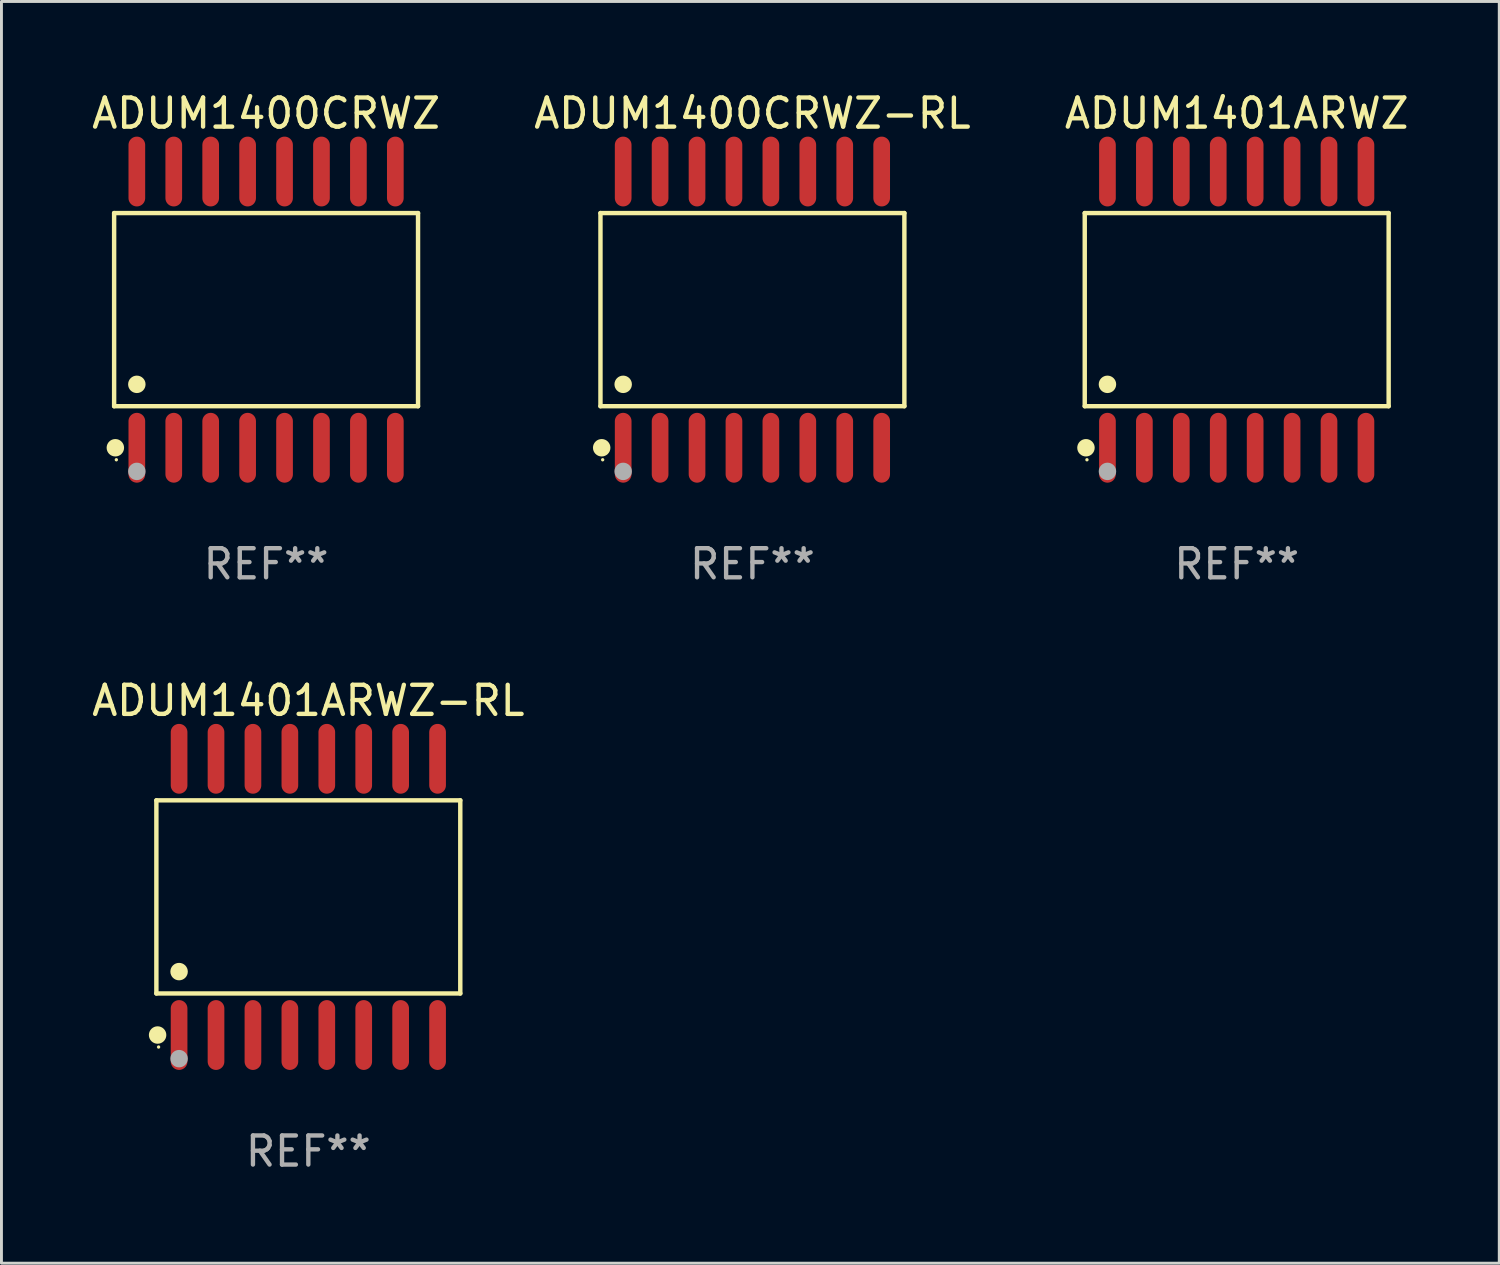
<source format=kicad_pcb>
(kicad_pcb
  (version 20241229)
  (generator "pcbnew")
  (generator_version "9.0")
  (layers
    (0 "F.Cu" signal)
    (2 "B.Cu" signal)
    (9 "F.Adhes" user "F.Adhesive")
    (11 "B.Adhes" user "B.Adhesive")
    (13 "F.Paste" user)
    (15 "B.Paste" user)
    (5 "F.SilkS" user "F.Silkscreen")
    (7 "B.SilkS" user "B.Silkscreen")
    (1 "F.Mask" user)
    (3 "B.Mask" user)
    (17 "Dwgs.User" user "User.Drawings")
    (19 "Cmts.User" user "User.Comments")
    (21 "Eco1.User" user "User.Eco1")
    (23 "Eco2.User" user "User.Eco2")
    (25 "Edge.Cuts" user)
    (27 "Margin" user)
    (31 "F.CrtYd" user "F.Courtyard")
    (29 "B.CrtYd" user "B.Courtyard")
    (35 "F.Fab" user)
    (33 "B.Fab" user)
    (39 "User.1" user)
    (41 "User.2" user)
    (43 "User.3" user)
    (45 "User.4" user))
  (footprint "ADUM1401ARWZ"
    (layer "F.Cu")
    (at 39.482 7.599)
    (property "Reference" "ADUM1401ARWZ" (at 0 -6.75 0) (layer "F.SilkS") (effects (font (size 1 1) (thickness 0.15))))
    (attr through_hole)
    (fp_line (start -5.226 -3.321) (end 5.226 -3.321) (stroke (width 0.152) (type solid)) (layer "F.SilkS"))
    (fp_line (start -5.226 3.321) (end -5.226 -3.321) (stroke (width 0.152) (type solid)) (layer "F.SilkS"))
    (fp_line (start 5.226 -3.321) (end 5.226 3.321) (stroke (width 0.152) (type solid)) (layer "F.SilkS"))
    (fp_line (start 5.226 3.321) (end -5.226 3.321) (stroke (width 0.152) (type solid)) (layer "F.SilkS"))
    (fp_circle (center -5.184 4.75) (end -5.034 4.75) (stroke (width 0.3) (type solid)) (fill no) (layer "F.SilkS"))
    (fp_circle (center -5.15 5.163) (end -5.12 5.163) (stroke (width 0.06) (type solid)) (fill no) (layer "F.SilkS"))
    (fp_circle (center -4.445 2.569) (end -4.295 2.569) (stroke (width 0.3) (type solid)) (fill no) (layer "F.SilkS"))
    (fp_circle (center -4.445 5.563) (end -4.295 5.563) (stroke (width 0.3) (type solid)) (fill no) (layer "F.Fab"))
    (fp_text user "REF**" (at 0 8.75 0) (layer "F.Fab") (effects (font (size 1 1) (thickness 0.15))))
    (pad "1" smd oval (at -4.445 4.75) (size 0.574 2.401) (layers "F.Cu" "F.Mask" "F.Paste"))
    (pad "2" smd oval (at -3.175 4.75) (size 0.574 2.401) (layers "F.Cu" "F.Mask" "F.Paste"))
    (pad "3" smd oval (at -1.905 4.75) (size 0.574 2.401) (layers "F.Cu" "F.Mask" "F.Paste"))
    (pad "4" smd oval (at -0.635 4.75) (size 0.574 2.401) (layers "F.Cu" "F.Mask" "F.Paste"))
    (pad "5" smd oval (at 0.635 4.75) (size 0.574 2.401) (layers "F.Cu" "F.Mask" "F.Paste"))
    (pad "6" smd oval (at 1.905 4.75) (size 0.574 2.401) (layers "F.Cu" "F.Mask" "F.Paste"))
    (pad "7" smd oval (at 3.175 4.75) (size 0.574 2.401) (layers "F.Cu" "F.Mask" "F.Paste"))
    (pad "8" smd oval (at 4.445 4.75) (size 0.574 2.401) (layers "F.Cu" "F.Mask" "F.Paste"))
    (pad "9" smd oval (at 4.445 -4.75) (size 0.574 2.401) (layers "F.Cu" "F.Mask" "F.Paste"))
    (pad "10" smd oval (at 3.175 -4.75) (size 0.574 2.401) (layers "F.Cu" "F.Mask" "F.Paste"))
    (pad "11" smd oval (at 1.905 -4.75) (size 0.574 2.401) (layers "F.Cu" "F.Mask" "F.Paste"))
    (pad "12" smd oval (at 0.635 -4.75) (size 0.574 2.401) (layers "F.Cu" "F.Mask" "F.Paste"))
    (pad "13" smd oval (at -0.635 -4.75) (size 0.574 2.401) (layers "F.Cu" "F.Mask" "F.Paste"))
    (pad "14" smd oval (at -1.905 -4.75) (size 0.574 2.401) (layers "F.Cu" "F.Mask" "F.Paste"))
    (pad "15" smd oval (at -3.175 -4.75) (size 0.574 2.401) (layers "F.Cu" "F.Mask" "F.Paste"))
    (pad "16" smd oval (at -4.445 -4.75) (size 0.574 2.401) (layers "F.Cu" "F.Mask" "F.Paste")))
  (footprint "ADUM1401ARWZ-RL"
    (layer "F.Cu")
    (at 7.554 27.796)
    (property "Reference" "ADUM1401ARWZ-RL" (at 0 -6.75 0) (layer "F.SilkS") (effects (font (size 1 1) (thickness 0.15))))
    (attr through_hole)
    (fp_line (start -5.226 -3.321) (end 5.226 -3.321) (stroke (width 0.152) (type solid)) (layer "F.SilkS"))
    (fp_line (start -5.226 3.321) (end -5.226 -3.321) (stroke (width 0.152) (type solid)) (layer "F.SilkS"))
    (fp_line (start 5.226 -3.321) (end 5.226 3.321) (stroke (width 0.152) (type solid)) (layer "F.SilkS"))
    (fp_line (start 5.226 3.321) (end -5.226 3.321) (stroke (width 0.152) (type solid)) (layer "F.SilkS"))
    (fp_circle (center -5.184 4.75) (end -5.034 4.75) (stroke (width 0.3) (type solid)) (fill no) (layer "F.SilkS"))
    (fp_circle (center -5.15 5.163) (end -5.12 5.163) (stroke (width 0.06) (type solid)) (fill no) (layer "F.SilkS"))
    (fp_circle (center -4.445 2.569) (end -4.295 2.569) (stroke (width 0.3) (type solid)) (fill no) (layer "F.SilkS"))
    (fp_circle (center -4.445 5.563) (end -4.295 5.563) (stroke (width 0.3) (type solid)) (fill no) (layer "F.Fab"))
    (fp_text user "REF**" (at 0 8.75 0) (layer "F.Fab") (effects (font (size 1 1) (thickness 0.15))))
    (pad "1" smd oval (at -4.445 4.75) (size 0.574 2.401) (layers "F.Cu" "F.Mask" "F.Paste"))
    (pad "2" smd oval (at -3.175 4.75) (size 0.574 2.401) (layers "F.Cu" "F.Mask" "F.Paste"))
    (pad "3" smd oval (at -1.905 4.75) (size 0.574 2.401) (layers "F.Cu" "F.Mask" "F.Paste"))
    (pad "4" smd oval (at -0.635 4.75) (size 0.574 2.401) (layers "F.Cu" "F.Mask" "F.Paste"))
    (pad "5" smd oval (at 0.635 4.75) (size 0.574 2.401) (layers "F.Cu" "F.Mask" "F.Paste"))
    (pad "6" smd oval (at 1.905 4.75) (size 0.574 2.401) (layers "F.Cu" "F.Mask" "F.Paste"))
    (pad "7" smd oval (at 3.175 4.75) (size 0.574 2.401) (layers "F.Cu" "F.Mask" "F.Paste"))
    (pad "8" smd oval (at 4.445 4.75) (size 0.574 2.401) (layers "F.Cu" "F.Mask" "F.Paste"))
    (pad "9" smd oval (at 4.445 -4.75) (size 0.574 2.401) (layers "F.Cu" "F.Mask" "F.Paste"))
    (pad "10" smd oval (at 3.175 -4.75) (size 0.574 2.401) (layers "F.Cu" "F.Mask" "F.Paste"))
    (pad "11" smd oval (at 1.905 -4.75) (size 0.574 2.401) (layers "F.Cu" "F.Mask" "F.Paste"))
    (pad "12" smd oval (at 0.635 -4.75) (size 0.574 2.401) (layers "F.Cu" "F.Mask" "F.Paste"))
    (pad "13" smd oval (at -0.635 -4.75) (size 0.574 2.401) (layers "F.Cu" "F.Mask" "F.Paste"))
    (pad "14" smd oval (at -1.905 -4.75) (size 0.574 2.401) (layers "F.Cu" "F.Mask" "F.Paste"))
    (pad "15" smd oval (at -3.175 -4.75) (size 0.574 2.401) (layers "F.Cu" "F.Mask" "F.Paste"))
    (pad "16" smd oval (at -4.445 -4.75) (size 0.574 2.401) (layers "F.Cu" "F.Mask" "F.Paste")))
  (footprint "ADUM1400CRWZ-RL"
    (layer "F.Cu")
    (at 22.827 7.599)
    (property "Reference" "ADUM1400CRWZ-RL" (at 0 -6.75 0) (layer "F.SilkS") (effects (font (size 1 1) (thickness 0.15))))
    (attr through_hole)
    (fp_line (start -5.226 -3.321) (end 5.226 -3.321) (stroke (width 0.152) (type solid)) (layer "F.SilkS"))
    (fp_line (start -5.226 3.321) (end -5.226 -3.321) (stroke (width 0.152) (type solid)) (layer "F.SilkS"))
    (fp_line (start 5.226 -3.321) (end 5.226 3.321) (stroke (width 0.152) (type solid)) (layer "F.SilkS"))
    (fp_line (start 5.226 3.321) (end -5.226 3.321) (stroke (width 0.152) (type solid)) (layer "F.SilkS"))
    (fp_circle (center -5.184 4.75) (end -5.034 4.75) (stroke (width 0.3) (type solid)) (fill no) (layer "F.SilkS"))
    (fp_circle (center -5.15 5.163) (end -5.12 5.163) (stroke (width 0.06) (type solid)) (fill no) (layer "F.SilkS"))
    (fp_circle (center -4.445 2.569) (end -4.295 2.569) (stroke (width 0.3) (type solid)) (fill no) (layer "F.SilkS"))
    (fp_circle (center -4.445 5.563) (end -4.295 5.563) (stroke (width 0.3) (type solid)) (fill no) (layer "F.Fab"))
    (fp_text user "REF**" (at 0 8.75 0) (layer "F.Fab") (effects (font (size 1 1) (thickness 0.15))))
    (pad "1" smd oval (at -4.445 4.75) (size 0.574 2.401) (layers "F.Cu" "F.Mask" "F.Paste"))
    (pad "2" smd oval (at -3.175 4.75) (size 0.574 2.401) (layers "F.Cu" "F.Mask" "F.Paste"))
    (pad "3" smd oval (at -1.905 4.75) (size 0.574 2.401) (layers "F.Cu" "F.Mask" "F.Paste"))
    (pad "4" smd oval (at -0.635 4.75) (size 0.574 2.401) (layers "F.Cu" "F.Mask" "F.Paste"))
    (pad "5" smd oval (at 0.635 4.75) (size 0.574 2.401) (layers "F.Cu" "F.Mask" "F.Paste"))
    (pad "6" smd oval (at 1.905 4.75) (size 0.574 2.401) (layers "F.Cu" "F.Mask" "F.Paste"))
    (pad "7" smd oval (at 3.175 4.75) (size 0.574 2.401) (layers "F.Cu" "F.Mask" "F.Paste"))
    (pad "8" smd oval (at 4.445 4.75) (size 0.574 2.401) (layers "F.Cu" "F.Mask" "F.Paste"))
    (pad "9" smd oval (at 4.445 -4.75) (size 0.574 2.401) (layers "F.Cu" "F.Mask" "F.Paste"))
    (pad "10" smd oval (at 3.175 -4.75) (size 0.574 2.401) (layers "F.Cu" "F.Mask" "F.Paste"))
    (pad "11" smd oval (at 1.905 -4.75) (size 0.574 2.401) (layers "F.Cu" "F.Mask" "F.Paste"))
    (pad "12" smd oval (at 0.635 -4.75) (size 0.574 2.401) (layers "F.Cu" "F.Mask" "F.Paste"))
    (pad "13" smd oval (at -0.635 -4.75) (size 0.574 2.401) (layers "F.Cu" "F.Mask" "F.Paste"))
    (pad "14" smd oval (at -1.905 -4.75) (size 0.574 2.401) (layers "F.Cu" "F.Mask" "F.Paste"))
    (pad "15" smd oval (at -3.175 -4.75) (size 0.574 2.401) (layers "F.Cu" "F.Mask" "F.Paste"))
    (pad "16" smd oval (at -4.445 -4.75) (size 0.574 2.401) (layers "F.Cu" "F.Mask" "F.Paste")))
  (footprint "ADUM1400CRWZ"
    (layer "F.Cu")
    (at 6.101 7.599)
    (property "Reference" "ADUM1400CRWZ" (at 0 -6.75 0) (layer "F.SilkS") (effects (font (size 1 1) (thickness 0.15))))
    (attr through_hole)
    (fp_line (start -5.226 -3.321) (end 5.226 -3.321) (stroke (width 0.152) (type solid)) (layer "F.SilkS"))
    (fp_line (start -5.226 3.321) (end -5.226 -3.321) (stroke (width 0.152) (type solid)) (layer "F.SilkS"))
    (fp_line (start 5.226 -3.321) (end 5.226 3.321) (stroke (width 0.152) (type solid)) (layer "F.SilkS"))
    (fp_line (start 5.226 3.321) (end -5.226 3.321) (stroke (width 0.152) (type solid)) (layer "F.SilkS"))
    (fp_circle (center -5.184 4.75) (end -5.034 4.75) (stroke (width 0.3) (type solid)) (fill no) (layer "F.SilkS"))
    (fp_circle (center -5.15 5.163) (end -5.12 5.163) (stroke (width 0.06) (type solid)) (fill no) (layer "F.SilkS"))
    (fp_circle (center -4.445 2.569) (end -4.295 2.569) (stroke (width 0.3) (type solid)) (fill no) (layer "F.SilkS"))
    (fp_circle (center -4.445 5.563) (end -4.295 5.563) (stroke (width 0.3) (type solid)) (fill no) (layer "F.Fab"))
    (fp_text user "REF**" (at 0 8.75 0) (layer "F.Fab") (effects (font (size 1 1) (thickness 0.15))))
    (pad "1" smd oval (at -4.445 4.75) (size 0.574 2.401) (layers "F.Cu" "F.Mask" "F.Paste"))
    (pad "2" smd oval (at -3.175 4.75) (size 0.574 2.401) (layers "F.Cu" "F.Mask" "F.Paste"))
    (pad "3" smd oval (at -1.905 4.75) (size 0.574 2.401) (layers "F.Cu" "F.Mask" "F.Paste"))
    (pad "4" smd oval (at -0.635 4.75) (size 0.574 2.401) (layers "F.Cu" "F.Mask" "F.Paste"))
    (pad "5" smd oval (at 0.635 4.75) (size 0.574 2.401) (layers "F.Cu" "F.Mask" "F.Paste"))
    (pad "6" smd oval (at 1.905 4.75) (size 0.574 2.401) (layers "F.Cu" "F.Mask" "F.Paste"))
    (pad "7" smd oval (at 3.175 4.75) (size 0.574 2.401) (layers "F.Cu" "F.Mask" "F.Paste"))
    (pad "8" smd oval (at 4.445 4.75) (size 0.574 2.401) (layers "F.Cu" "F.Mask" "F.Paste"))
    (pad "9" smd oval (at 4.445 -4.75) (size 0.574 2.401) (layers "F.Cu" "F.Mask" "F.Paste"))
    (pad "10" smd oval (at 3.175 -4.75) (size 0.574 2.401) (layers "F.Cu" "F.Mask" "F.Paste"))
    (pad "11" smd oval (at 1.905 -4.75) (size 0.574 2.401) (layers "F.Cu" "F.Mask" "F.Paste"))
    (pad "12" smd oval (at 0.635 -4.75) (size 0.574 2.401) (layers "F.Cu" "F.Mask" "F.Paste"))
    (pad "13" smd oval (at -0.635 -4.75) (size 0.574 2.401) (layers "F.Cu" "F.Mask" "F.Paste"))
    (pad "14" smd oval (at -1.905 -4.75) (size 0.574 2.401) (layers "F.Cu" "F.Mask" "F.Paste"))
    (pad "15" smd oval (at -3.175 -4.75) (size 0.574 2.401) (layers "F.Cu" "F.Mask" "F.Paste"))
    (pad "16" smd oval (at -4.445 -4.75) (size 0.574 2.401) (layers "F.Cu" "F.Mask" "F.Paste")))
  (gr_rect
    (start -3 -3)
    (end 48.512 40.394)
    (stroke (width 0.1) (type default))
    (fill no)
    (layer "Edge.Cuts")))
</source>
